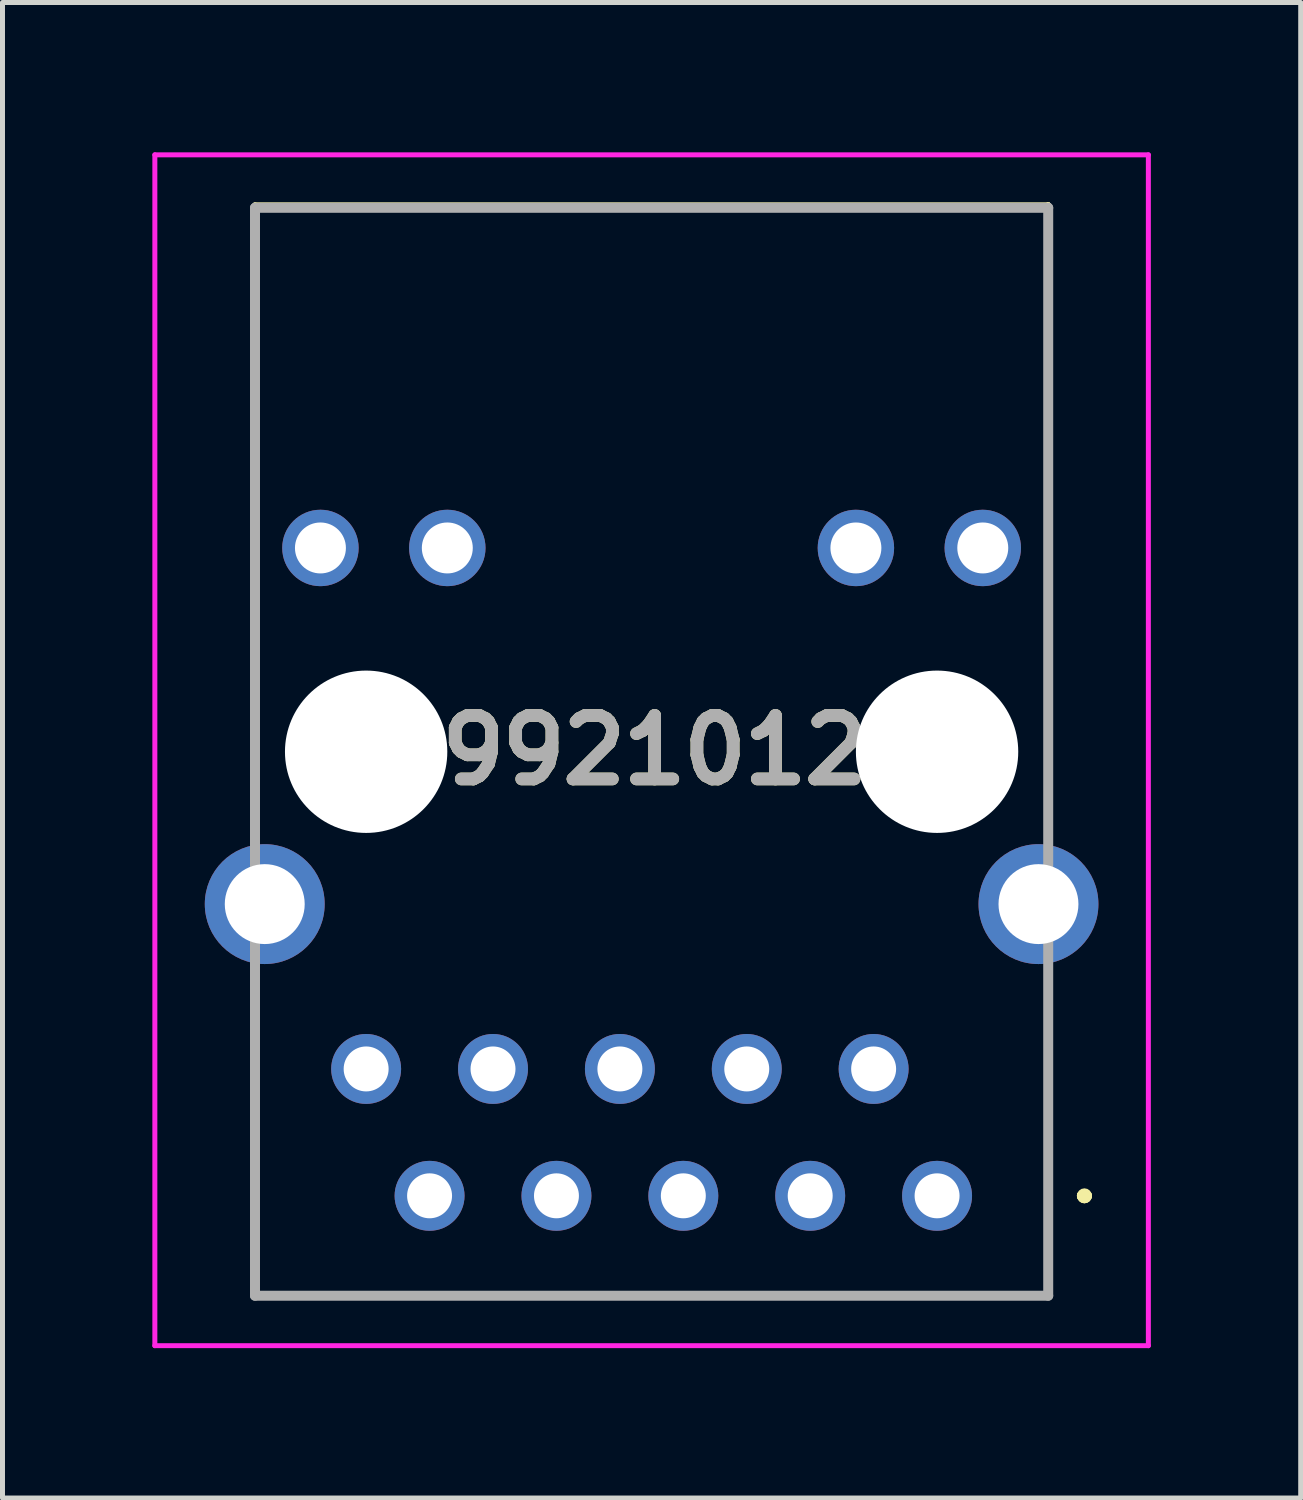
<source format=kicad_pcb>
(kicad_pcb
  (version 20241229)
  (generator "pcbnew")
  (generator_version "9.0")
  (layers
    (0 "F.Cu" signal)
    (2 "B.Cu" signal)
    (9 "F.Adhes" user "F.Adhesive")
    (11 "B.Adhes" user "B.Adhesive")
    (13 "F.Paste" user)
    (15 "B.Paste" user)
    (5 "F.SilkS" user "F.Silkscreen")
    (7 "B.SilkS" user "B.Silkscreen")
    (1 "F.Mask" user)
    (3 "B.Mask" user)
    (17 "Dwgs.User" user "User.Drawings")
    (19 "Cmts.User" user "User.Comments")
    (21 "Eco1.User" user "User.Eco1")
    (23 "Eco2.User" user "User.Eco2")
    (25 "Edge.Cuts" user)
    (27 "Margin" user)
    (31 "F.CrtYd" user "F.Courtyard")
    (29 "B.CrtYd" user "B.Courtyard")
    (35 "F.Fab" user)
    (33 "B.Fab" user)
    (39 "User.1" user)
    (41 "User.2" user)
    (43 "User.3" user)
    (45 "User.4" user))
  (footprint "7499210121A"
    (layer "F.Cu")
    (at 9.995 1.11)
    (property "Reference" "7499210121A" (at 0 10.86 0) (layer "F.SilkS") (effects (font (size 1.27 1.27) (thickness 0.254))))
    (attr through_hole)
    (fp_line (start -7.94 -0.06) (end 7.94 -0.06) (stroke (width 0.1) (type solid)) (layer "F.SilkS"))
    (fp_line (start -7.94 0) (end -7.94 -0.06) (stroke (width 0.1) (type solid)) (layer "F.SilkS"))
    (fp_line (start -7.94 0.03) (end -7.94 0.03) (stroke (width 0.1) (type solid)) (layer "F.SilkS"))
    (fp_line (start -7.94 0.03) (end -7.94 12.03) (stroke (width 0.1) (type solid)) (layer "F.SilkS"))
    (fp_line (start -7.94 12.03) (end -7.94 0.03) (stroke (width 0.1) (type solid)) (layer "F.SilkS"))
    (fp_line (start -7.94 12.03) (end -7.94 12.03) (stroke (width 0.1) (type solid)) (layer "F.SilkS"))
    (fp_line (start -7.94 15.78) (end -7.94 15.78) (stroke (width 0.1) (type solid)) (layer "F.SilkS"))
    (fp_line (start -7.94 15.78) (end -7.94 21.78) (stroke (width 0.1) (type solid)) (layer "F.SilkS"))
    (fp_line (start -7.94 21.78) (end -7.94 15.78) (stroke (width 0.1) (type solid)) (layer "F.SilkS"))
    (fp_line (start -7.94 21.78) (end -7.94 21.78) (stroke (width 0.1) (type solid)) (layer "F.SilkS"))
    (fp_line (start -7.94 21.78) (end -7.94 21.78) (stroke (width 0.1) (type solid)) (layer "F.SilkS"))
    (fp_line (start -7.94 21.78) (end 7.94 21.78) (stroke (width 0.1) (type solid)) (layer "F.SilkS"))
    (fp_line (start 7.94 -0.06) (end 7.94 -0.06) (stroke (width 0.1) (type solid)) (layer "F.SilkS"))
    (fp_line (start 7.94 -0.06) (end 7.94 0) (stroke (width 0.1) (type solid)) (layer "F.SilkS"))
    (fp_line (start 7.94 -0.06) (end 7.94 11.78) (stroke (width 0.1) (type solid)) (layer "F.SilkS"))
    (fp_line (start 7.94 0) (end -7.94 0) (stroke (width 0.1) (type solid)) (layer "F.SilkS"))
    (fp_line (start 7.94 11.78) (end 7.94 -0.06) (stroke (width 0.1) (type solid)) (layer "F.SilkS"))
    (fp_line (start 7.94 11.78) (end 7.94 11.78) (stroke (width 0.1) (type solid)) (layer "F.SilkS"))
    (fp_line (start 7.94 16.03) (end 7.94 21.78) (stroke (width 0.1) (type solid)) (layer "F.SilkS"))
    (fp_line (start 7.94 21.78) (end -7.94 21.78) (stroke (width 0.1) (type solid)) (layer "F.SilkS"))
    (fp_line (start 7.94 21.78) (end 7.94 21.78) (stroke (width 0.1) (type solid)) (layer "F.SilkS"))
    (fp_line (start 7.94 21.78) (end 7.965 21.78) (stroke (width 0.1) (type solid)) (layer "F.SilkS"))
    (fp_line (start 7.965 16.03) (end 7.94 16.03) (stroke (width 0.1) (type solid)) (layer "F.SilkS"))
    (fp_line (start 7.965 21.78) (end 7.965 16.03) (stroke (width 0.1) (type solid)) (layer "F.SilkS"))
    (fp_line (start 8.615 19.78) (end 8.615 19.78) (stroke (width 0.2) (type solid)) (layer "F.SilkS"))
    (fp_line (start 8.615 19.78) (end 8.615 19.78) (stroke (width 0.2) (type solid)) (layer "F.SilkS"))
    (fp_line (start 8.715 19.78) (end 8.715 19.78) (stroke (width 0.2) (type solid)) (layer "F.SilkS"))
    (fp_arc (start 8.615 19.78) (mid 8.665 19.73) (end 8.715 19.78) (stroke (width 0.2) (type solid)) (layer "F.SilkS"))
    (fp_arc (start 8.715 19.78) (mid 8.665 19.83) (end 8.615 19.78) (stroke (width 0.2) (type solid)) (layer "F.SilkS"))
    (fp_arc (start 8.715 19.78) (mid 8.665 19.83) (end 8.615 19.78) (stroke (width 0.2) (type solid)) (layer "F.SilkS"))
    (fp_line (start -9.945 -1.06) (end 9.945 -1.06) (stroke (width 0.1) (type solid)) (layer "F.CrtYd"))
    (fp_line (start -9.945 22.78) (end -9.945 -1.06) (stroke (width 0.1) (type solid)) (layer "F.CrtYd"))
    (fp_line (start 9.945 -1.06) (end 9.945 22.78) (stroke (width 0.1) (type solid)) (layer "F.CrtYd"))
    (fp_line (start 9.945 22.78) (end -9.945 22.78) (stroke (width 0.1) (type solid)) (layer "F.CrtYd"))
    (fp_line (start -7.94 0) (end -7.94 21.78) (stroke (width 0.2) (type solid)) (layer "F.Fab"))
    (fp_line (start -7.94 21.78) (end 7.94 21.78) (stroke (width 0.2) (type solid)) (layer "F.Fab"))
    (fp_line (start 7.94 0) (end -7.94 0) (stroke (width 0.2) (type solid)) (layer "F.Fab"))
    (fp_line (start 7.94 21.78) (end 7.94 0) (stroke (width 0.2) (type solid)) (layer "F.Fab"))
    (fp_text user "${REFERENCE}" (at 0 10.86 0) (layer "F.Fab") (effects (font (size 1.27 1.27) (thickness 0.254))))
    (pad "" np_thru_hole circle (at -5.715 10.89) (size 3.25 3.25) (drill 3.25) (layers "*.Cu" "*.Mask"))
    (pad "" np_thru_hole circle (at 5.715 10.89) (size 3.25 3.25) (drill 3.25) (layers "*.Cu" "*.Mask"))
    (pad "1" thru_hole circle (at 5.715 19.78) (size 1.4 1.4) (drill 0.9) (layers "*.Cu" "*.Mask"))
    (pad "2" thru_hole circle (at 4.445 17.24) (size 1.4 1.4) (drill 0.9) (layers "*.Cu" "*.Mask"))
    (pad "3" thru_hole circle (at 3.175 19.78) (size 1.4 1.4) (drill 0.9) (layers "*.Cu" "*.Mask"))
    (pad "4" thru_hole circle (at 1.905 17.24) (size 1.4 1.4) (drill 0.9) (layers "*.Cu" "*.Mask"))
    (pad "5" thru_hole circle (at 0.635 19.78) (size 1.4 1.4) (drill 0.9) (layers "*.Cu" "*.Mask"))
    (pad "6" thru_hole circle (at -0.635 17.24) (size 1.4 1.4) (drill 0.9) (layers "*.Cu" "*.Mask"))
    (pad "7" thru_hole circle (at -1.905 19.78) (size 1.4 1.4) (drill 0.9) (layers "*.Cu" "*.Mask"))
    (pad "8" thru_hole circle (at -3.175 17.24) (size 1.4 1.4) (drill 0.9) (layers "*.Cu" "*.Mask"))
    (pad "9" thru_hole circle (at -4.445 19.78) (size 1.4 1.4) (drill 0.9) (layers "*.Cu" "*.Mask"))
    (pad "10" thru_hole circle (at -5.715 17.24) (size 1.4 1.4) (drill 0.9) (layers "*.Cu" "*.Mask"))
    (pad "11" thru_hole circle (at 6.63 6.81) (size 1.53 1.53) (drill 1.02) (layers "*.Cu" "*.Mask"))
    (pad "12" thru_hole circle (at 4.09 6.81) (size 1.53 1.53) (drill 1.02) (layers "*.Cu" "*.Mask"))
    (pad "13" thru_hole circle (at -4.09 6.81) (size 1.53 1.53) (drill 1.02) (layers "*.Cu" "*.Mask"))
    (pad "14" thru_hole circle (at -6.63 6.81) (size 1.53 1.53) (drill 1.02) (layers "*.Cu" "*.Mask"))
    (pad "MH1" thru_hole circle (at 7.745 13.94) (size 2.4 2.4) (drill 1.6) (layers "*.Cu" "*.Mask"))
    (pad "MH2" thru_hole circle (at -7.745 13.94) (size 2.4 2.4) (drill 1.6) (layers "*.Cu" "*.Mask")))
  (gr_rect
    (start -3 -3)
    (end 22.99 26.94)
    (stroke (width 0.1) (type default))
    (fill no)
    (layer "Edge.Cuts")))
</source>
